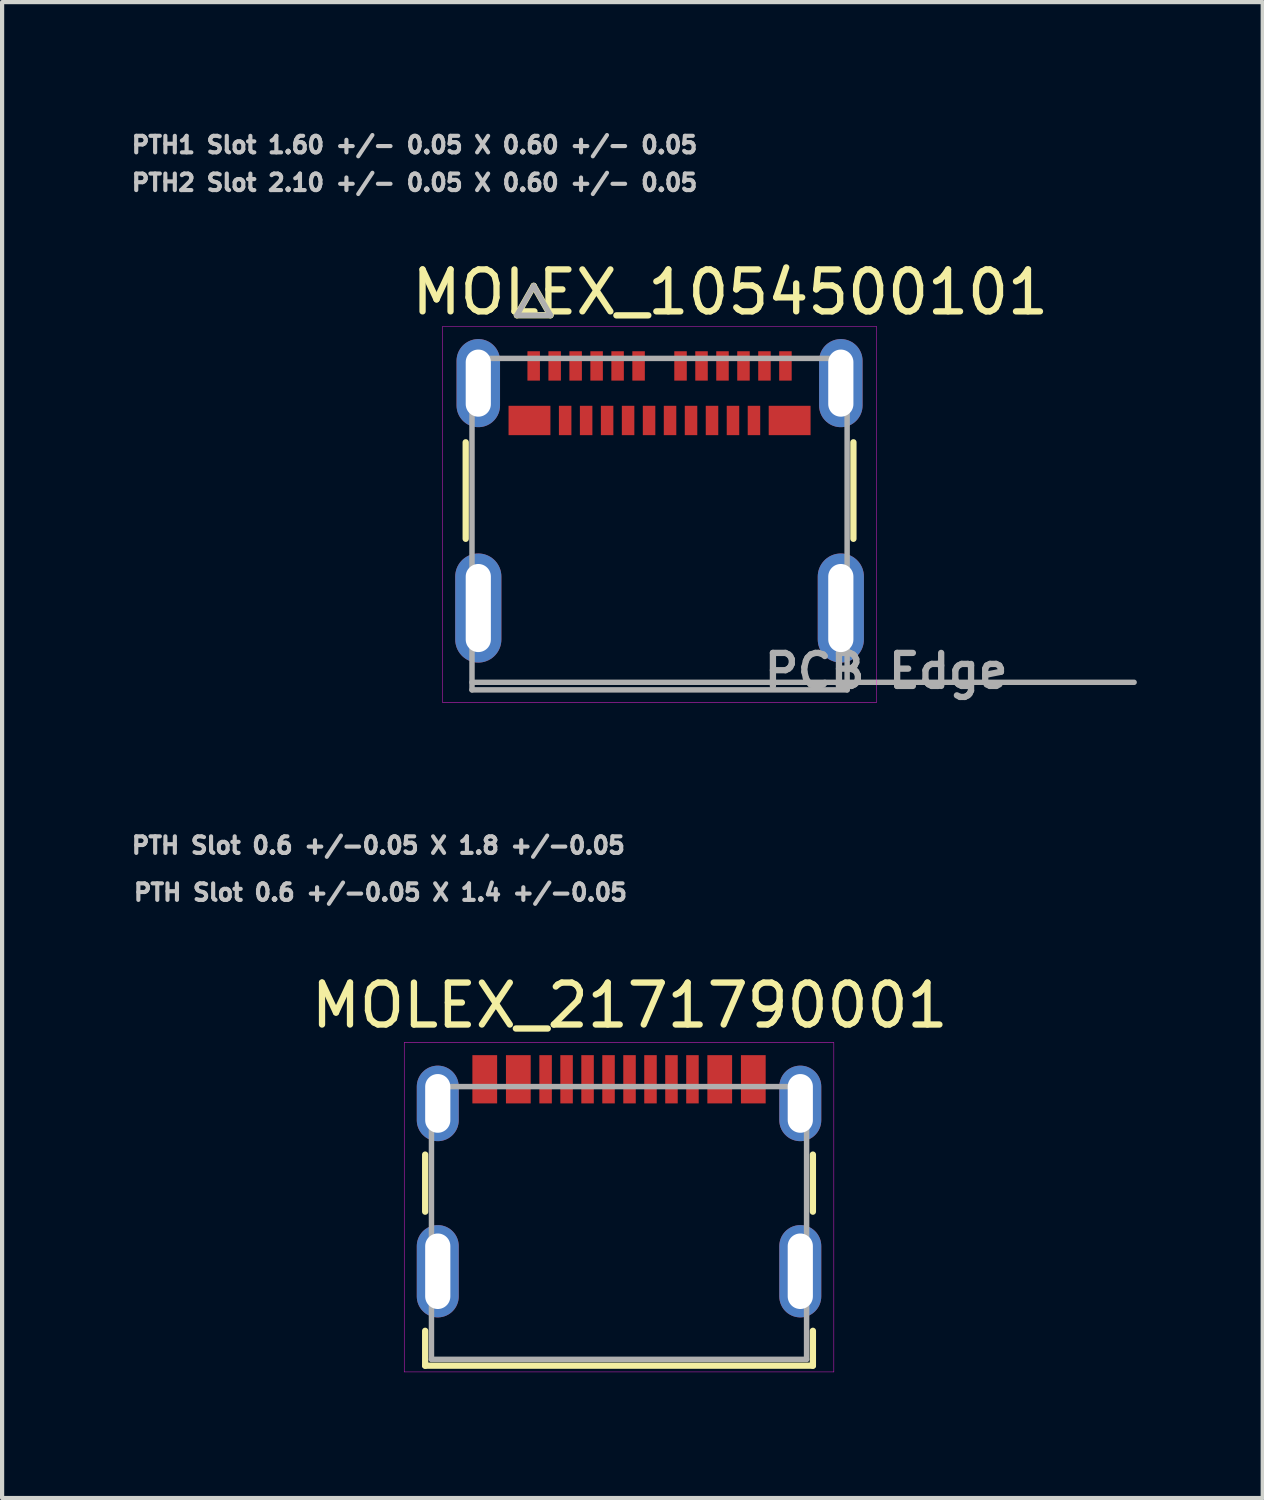
<source format=kicad_pcb>
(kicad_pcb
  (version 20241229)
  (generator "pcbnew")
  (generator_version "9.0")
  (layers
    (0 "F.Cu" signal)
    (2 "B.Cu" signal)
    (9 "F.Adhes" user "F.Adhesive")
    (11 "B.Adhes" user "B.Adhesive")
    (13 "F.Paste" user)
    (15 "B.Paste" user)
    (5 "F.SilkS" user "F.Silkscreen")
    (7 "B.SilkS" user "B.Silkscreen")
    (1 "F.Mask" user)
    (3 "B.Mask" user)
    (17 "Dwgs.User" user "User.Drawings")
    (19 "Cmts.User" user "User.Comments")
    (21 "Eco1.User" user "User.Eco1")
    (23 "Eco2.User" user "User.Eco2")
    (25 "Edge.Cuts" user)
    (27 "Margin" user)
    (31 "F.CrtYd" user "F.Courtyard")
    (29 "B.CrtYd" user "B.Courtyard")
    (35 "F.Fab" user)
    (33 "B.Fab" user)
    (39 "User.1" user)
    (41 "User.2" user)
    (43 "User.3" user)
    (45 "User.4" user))
  (footprint "MOLEX_2171790001"
    (layer "F.Cu")
    (at 11.703 26.097)
    (property "Reference" "MOLEX_2171790001" (at 0.255 -5.185 0) (layer "F.SilkS") (effects (font (size 1 1) (thickness 0.15))))
    (attr smd)
    (fp_poly (pts (xy -3.558 -4.064) (xy -2.841 -4.064) (xy -2.841 -2.787) (xy -3.558 -2.787)) (stroke (width 0.01) (type solid)) (fill yes) (layer "F.Mask"))
    (fp_poly (pts (xy -2.759 -4.064) (xy -2.042 -4.064) (xy -2.042 -2.787) (xy -2.759 -2.787)) (stroke (width 0.01) (type solid)) (fill yes) (layer "F.Mask"))
    (fp_poly (pts (xy -1.962 -4.064) (xy -1.538 -4.064) (xy -1.538 -2.787) (xy -1.962 -2.787)) (stroke (width 0.01) (type solid)) (fill yes) (layer "F.Mask"))
    (fp_poly (pts (xy -1.462 -4.064) (xy -1.038 -4.064) (xy -1.038 -2.787) (xy -1.462 -2.787)) (stroke (width 0.01) (type solid)) (fill yes) (layer "F.Mask"))
    (fp_poly (pts (xy -0.963 -4.064) (xy -0.537 -4.064) (xy -0.537 -2.787) (xy -0.963 -2.787)) (stroke (width 0.01) (type solid)) (fill yes) (layer "F.Mask"))
    (fp_poly (pts (xy -0.463 -4.064) (xy -0.037 -4.064) (xy -0.037 -2.787) (xy -0.463 -2.787)) (stroke (width 0.01) (type solid)) (fill yes) (layer "F.Mask"))
    (fp_poly (pts (xy 0.037 -4.064) (xy 0.463 -4.064) (xy 0.463 -2.787) (xy 0.037 -2.787)) (stroke (width 0.01) (type solid)) (fill yes) (layer "F.Mask"))
    (fp_poly (pts (xy 0.537 -4.064) (xy 0.963 -4.064) (xy 0.963 -2.787) (xy 0.537 -2.787)) (stroke (width 0.01) (type solid)) (fill yes) (layer "F.Mask"))
    (fp_poly (pts (xy 1.038 -4.064) (xy 1.462 -4.064) (xy 1.462 -2.787) (xy 1.038 -2.787)) (stroke (width 0.01) (type solid)) (fill yes) (layer "F.Mask"))
    (fp_poly (pts (xy 1.538 -4.064) (xy 1.962 -4.064) (xy 1.962 -2.787) (xy 1.538 -2.787)) (stroke (width 0.01) (type solid)) (fill yes) (layer "F.Mask"))
    (fp_poly (pts (xy 2.042 -4.064) (xy 2.759 -4.064) (xy 2.759 -2.787) (xy 2.042 -2.787)) (stroke (width 0.01) (type solid)) (fill yes) (layer "F.Mask"))
    (fp_poly (pts (xy 2.841 -4.064) (xy 3.558 -4.064) (xy 3.558 -2.787) (xy 2.841 -2.787)) (stroke (width 0.01) (type solid)) (fill yes) (layer "F.Mask"))
    (fp_line (start -4.62 -0.27) (end -4.62 -1.63) (stroke (width 0.15) (type solid)) (layer "F.SilkS"))
    (fp_line (start -4.62 3.4) (end -4.62 2.57) (stroke (width 0.15) (type solid)) (layer "F.SilkS"))
    (fp_line (start 4.62 -1.63) (end 4.62 -0.27) (stroke (width 0.15) (type solid)) (layer "F.SilkS"))
    (fp_line (start 4.62 2.57) (end 4.62 3.4) (stroke (width 0.15) (type solid)) (layer "F.SilkS"))
    (fp_line (start 4.62 3.4) (end -4.62 3.4) (stroke (width 0.15) (type solid)) (layer "F.SilkS"))
    (fp_line (start -5.12 -4.3) (end 5.12 -4.3) (stroke (width 0.01) (type solid)) (layer "F.CrtYd"))
    (fp_line (start -5.12 3.55) (end -5.12 -4.3) (stroke (width 0.01) (type solid)) (layer "F.CrtYd"))
    (fp_line (start 5.12 -4.3) (end 5.12 3.55) (stroke (width 0.01) (type solid)) (layer "F.CrtYd"))
    (fp_line (start 5.12 3.55) (end -5.12 3.55) (stroke (width 0.01) (type solid)) (layer "F.CrtYd"))
    (fp_line (start -4.47 -3.25) (end 4.47 -3.25) (stroke (width 0.13) (type solid)) (layer "F.Fab"))
    (fp_line (start -4.47 3.25) (end -4.47 -3.25) (stroke (width 0.13) (type solid)) (layer "F.Fab"))
    (fp_line (start 4.47 -3.25) (end 4.47 3.25) (stroke (width 0.13) (type solid)) (layer "F.Fab"))
    (fp_line (start 4.47 3.25) (end -4.47 3.25) (stroke (width 0.13) (type solid)) (layer "F.Fab"))
    (fp_text user "PTH Slot 0.6 +/-0.05 X 1.8 +/-0.05" (at -5.736 -8.998 0) (layer "Dwgs.User") (effects (font (size 0.394 0.394) (thickness 0.15))))
    (fp_text user "PTH Slot 0.6 +/-0.05 X 1.4 +/-0.05" (at -5.686 -7.878 0) (layer "Dwgs.User") (effects (font (size 0.394 0.394) (thickness 0.15))))
    (pad "A1B12" smd rect (at -3.2 -3.425) (size 0.59 1.15) (layers "F.Cu" "F.Paste"))
    (pad "A4B9" smd rect (at -2.4 -3.425) (size 0.59 1.15) (layers "F.Cu" "F.Paste"))
    (pad "A5" smd rect (at -1.25 -3.425) (size 0.298 1.15) (layers "F.Cu" "F.Paste"))
    (pad "A6" smd rect (at -0.25 -3.425) (size 0.298 1.15) (layers "F.Cu" "F.Paste"))
    (pad "A7" smd rect (at 0.25 -3.425) (size 0.298 1.15) (layers "F.Cu" "F.Paste"))
    (pad "A8" smd rect (at 1.25 -3.425) (size 0.298 1.15) (layers "F.Cu" "F.Paste"))
    (pad "B1A12" smd rect (at 3.2 -3.425) (size 0.59 1.15) (layers "F.Cu" "F.Paste"))
    (pad "B4A9" smd rect (at 2.4 -3.425) (size 0.59 1.15) (layers "F.Cu" "F.Paste"))
    (pad "B5" smd rect (at 1.75 -3.425) (size 0.298 1.15) (layers "F.Cu" "F.Paste"))
    (pad "B6" smd rect (at 0.75 -3.425) (size 0.298 1.15) (layers "F.Cu" "F.Paste"))
    (pad "B7" smd rect (at -0.75 -3.425) (size 0.298 1.15) (layers "F.Cu" "F.Paste"))
    (pad "B8" smd rect (at -1.75 -3.425) (size 0.298 1.15) (layers "F.Cu" "F.Paste"))
    (pad "SH1" thru_hole oval (at -4.32 1.15) (size 1 2.2) (drill oval 0.6 1.8) (layers "*.Cu" "*.Mask"))
    (pad "SH2" thru_hole oval (at 4.32 1.15) (size 1 2.2) (drill oval 0.6 1.8) (layers "*.Cu" "*.Mask"))
    (pad "SH3" thru_hole oval (at -4.32 -2.85) (size 1 1.8) (drill oval 0.6 1.4) (layers "*.Cu" "*.Mask"))
    (pad "SH4" thru_hole oval (at 4.32 -2.85) (size 1 1.8) (drill oval 0.6 1.4) (layers "*.Cu" "*.Mask")))
  (footprint "MOLEX_1054500101"
    (layer "F.Cu")
    (at 12.669 13.211)
    (property "Reference" "MOLEX_1054500101" (at 1.685 -9.295 0) (layer "F.SilkS") (effects (font (size 1 1) (thickness 0.15))))
    (attr smd)
    (fp_poly (pts (xy -3.663 -6.654) (xy -2.538 -6.654) (xy -2.538 -5.827) (xy -3.663 -5.827)) (stroke (width 0.01) (type solid)) (fill yes) (layer "F.Mask"))
    (fp_poly (pts (xy -3.212 -7.954) (xy -2.788 -7.954) (xy -2.788 -7.127) (xy -3.212 -7.127)) (stroke (width 0.01) (type solid)) (fill yes) (layer "F.Mask"))
    (fp_poly (pts (xy -2.712 -7.954) (xy -2.288 -7.954) (xy -2.288 -7.127) (xy -2.712 -7.127)) (stroke (width 0.01) (type solid)) (fill yes) (layer "F.Mask"))
    (fp_poly (pts (xy -2.462 -6.654) (xy -2.038 -6.654) (xy -2.038 -5.827) (xy -2.462 -5.827)) (stroke (width 0.01) (type solid)) (fill yes) (layer "F.Mask"))
    (fp_poly (pts (xy -2.212 -7.954) (xy -1.788 -7.954) (xy -1.788 -7.127) (xy -2.212 -7.127)) (stroke (width 0.01) (type solid)) (fill yes) (layer "F.Mask"))
    (fp_poly (pts (xy -1.962 -6.654) (xy -1.538 -6.654) (xy -1.538 -5.827) (xy -1.962 -5.827)) (stroke (width 0.01) (type solid)) (fill yes) (layer "F.Mask"))
    (fp_poly (pts (xy -1.712 -7.954) (xy -1.288 -7.954) (xy -1.288 -7.127) (xy -1.712 -7.127)) (stroke (width 0.01) (type solid)) (fill yes) (layer "F.Mask"))
    (fp_poly (pts (xy -1.462 -6.654) (xy -1.038 -6.654) (xy -1.038 -5.827) (xy -1.462 -5.827)) (stroke (width 0.01) (type solid)) (fill yes) (layer "F.Mask"))
    (fp_poly (pts (xy -1.212 -7.954) (xy -0.787 -7.954) (xy -0.787 -7.127) (xy -1.212 -7.127)) (stroke (width 0.01) (type solid)) (fill yes) (layer "F.Mask"))
    (fp_poly (pts (xy -0.963 -6.654) (xy -0.537 -6.654) (xy -0.537 -5.827) (xy -0.963 -5.827)) (stroke (width 0.01) (type solid)) (fill yes) (layer "F.Mask"))
    (fp_poly (pts (xy -0.713 -7.954) (xy -0.287 -7.954) (xy -0.287 -7.127) (xy -0.713 -7.127)) (stroke (width 0.01) (type solid)) (fill yes) (layer "F.Mask"))
    (fp_poly (pts (xy -0.463 -6.654) (xy -0.037 -6.654) (xy -0.037 -5.827) (xy -0.463 -5.827)) (stroke (width 0.01) (type solid)) (fill yes) (layer "F.Mask"))
    (fp_poly (pts (xy 0.037 -6.654) (xy 0.463 -6.654) (xy 0.463 -5.827) (xy 0.037 -5.827)) (stroke (width 0.01) (type solid)) (fill yes) (layer "F.Mask"))
    (fp_poly (pts (xy 0.287 -7.954) (xy 0.713 -7.954) (xy 0.713 -7.127) (xy 0.287 -7.127)) (stroke (width 0.01) (type solid)) (fill yes) (layer "F.Mask"))
    (fp_poly (pts (xy 0.537 -6.654) (xy 0.963 -6.654) (xy 0.963 -5.827) (xy 0.537 -5.827)) (stroke (width 0.01) (type solid)) (fill yes) (layer "F.Mask"))
    (fp_poly (pts (xy 0.787 -7.954) (xy 1.212 -7.954) (xy 1.212 -7.127) (xy 0.787 -7.127)) (stroke (width 0.01) (type solid)) (fill yes) (layer "F.Mask"))
    (fp_poly (pts (xy 1.038 -6.654) (xy 1.462 -6.654) (xy 1.462 -5.827) (xy 1.038 -5.827)) (stroke (width 0.01) (type solid)) (fill yes) (layer "F.Mask"))
    (fp_poly (pts (xy 1.288 -7.954) (xy 1.712 -7.954) (xy 1.712 -7.127) (xy 1.288 -7.127)) (stroke (width 0.01) (type solid)) (fill yes) (layer "F.Mask"))
    (fp_poly (pts (xy 1.538 -6.654) (xy 1.962 -6.654) (xy 1.962 -5.827) (xy 1.538 -5.827)) (stroke (width 0.01) (type solid)) (fill yes) (layer "F.Mask"))
    (fp_poly (pts (xy 1.788 -7.954) (xy 2.212 -7.954) (xy 2.212 -7.127) (xy 1.788 -7.127)) (stroke (width 0.01) (type solid)) (fill yes) (layer "F.Mask"))
    (fp_poly (pts (xy 2.038 -6.654) (xy 2.462 -6.654) (xy 2.462 -5.827) (xy 2.038 -5.827)) (stroke (width 0.01) (type solid)) (fill yes) (layer "F.Mask"))
    (fp_poly (pts (xy 2.288 -7.954) (xy 2.712 -7.954) (xy 2.712 -7.127) (xy 2.288 -7.127)) (stroke (width 0.01) (type solid)) (fill yes) (layer "F.Mask"))
    (fp_poly (pts (xy 2.538 -6.654) (xy 3.663 -6.654) (xy 3.663 -5.827) (xy 2.538 -5.827)) (stroke (width 0.01) (type solid)) (fill yes) (layer "F.Mask"))
    (fp_poly (pts (xy 2.788 -7.954) (xy 3.212 -7.954) (xy 3.212 -7.127) (xy 2.788 -7.127)) (stroke (width 0.01) (type solid)) (fill yes) (layer "F.Mask"))
    (fp_line (start -4.62 -3.42) (end -4.62 -5.72) (stroke (width 0.15) (type solid)) (layer "F.SilkS"))
    (fp_line (start -3.4 -8.748) (end -2.6 -8.748) (stroke (width 0.15) (type solid)) (layer "F.SilkS"))
    (fp_line (start -3 -9.448) (end -3.4 -8.748) (stroke (width 0.15) (type solid)) (layer "F.SilkS"))
    (fp_line (start -2.6 -8.748) (end -3 -9.448) (stroke (width 0.15) (type solid)) (layer "F.SilkS"))
    (fp_line (start 4.62 -3.42) (end 4.62 -5.72) (stroke (width 0.15) (type solid)) (layer "F.SilkS"))
    (fp_line (start -5.17 -8.48) (end 5.17 -8.48) (stroke (width 0.01) (type solid)) (layer "F.CrtYd"))
    (fp_line (start -5.17 0.48) (end -5.17 -8.48) (stroke (width 0.01) (type solid)) (layer "F.CrtYd"))
    (fp_line (start 5.17 -8.48) (end 5.17 0.48) (stroke (width 0.01) (type solid)) (layer "F.CrtYd"))
    (fp_line (start 5.17 0.48) (end -5.17 0.48) (stroke (width 0.01) (type solid)) (layer "F.CrtYd"))
    (fp_line (start -4.47 -7.72) (end -4.47 0.18) (stroke (width 0.13) (type solid)) (layer "F.Fab"))
    (fp_line (start -4.47 0) (end 4.47 0) (stroke (width 0.13) (type solid)) (layer "F.Fab"))
    (fp_line (start -4.47 0.18) (end 4.47 0.18) (stroke (width 0.13) (type solid)) (layer "F.Fab"))
    (fp_line (start -3.4 -8.748) (end -2.6 -8.748) (stroke (width 0.13) (type solid)) (layer "F.Fab"))
    (fp_line (start -3 -9.448) (end -3.4 -8.748) (stroke (width 0.13) (type solid)) (layer "F.Fab"))
    (fp_line (start -2.6 -8.748) (end -3 -9.448) (stroke (width 0.13) (type solid)) (layer "F.Fab"))
    (fp_line (start 4.47 -7.72) (end -4.47 -7.72) (stroke (width 0.13) (type solid)) (layer "F.Fab"))
    (fp_line (start 4.47 0) (end 4.47 -7.72) (stroke (width 0.13) (type solid)) (layer "F.Fab"))
    (fp_line (start 4.47 0) (end 11.31 0) (stroke (width 0.13) (type solid)) (layer "F.Fab"))
    (fp_line (start 4.47 0.18) (end 4.47 0) (stroke (width 0.13) (type solid)) (layer "F.Fab"))
    (fp_text user "PTH1 Slot 1.60 +/- 0.05 X 0.60 +/- 0.05" (at -5.84 -12.807 0) (layer "Dwgs.User") (effects (font (size 0.394 0.394) (thickness 0.15))))
    (fp_text user "PTH2 Slot 2.10 +/- 0.05 X 0.60 +/- 0.05" (at -5.84 -11.908 0) (layer "Dwgs.User") (effects (font (size 0.394 0.394) (thickness 0.15))))
    (fp_text user "PCB Edge" (at 5.4 -0.27 0) (layer "F.Fab") (effects (font (size 0.787 0.787) (thickness 0.15))))
    (pad "A1" smd rect (at -3 -7.54) (size 0.298 0.7) (layers "F.Cu" "F.Paste"))
    (pad "A2" smd rect (at -2.5 -7.54) (size 0.298 0.7) (layers "F.Cu" "F.Paste"))
    (pad "A3" smd rect (at -2 -7.54) (size 0.298 0.7) (layers "F.Cu" "F.Paste"))
    (pad "A4" smd rect (at -1.5 -7.54) (size 0.298 0.7) (layers "F.Cu" "F.Paste"))
    (pad "A5" smd rect (at -1 -7.54) (size 0.298 0.7) (layers "F.Cu" "F.Paste"))
    (pad "A6" smd rect (at -0.5 -7.54) (size 0.298 0.7) (layers "F.Cu" "F.Paste"))
    (pad "A7" smd rect (at 0.5 -7.54) (size 0.298 0.7) (layers "F.Cu" "F.Paste"))
    (pad "A8" smd rect (at 1 -7.54) (size 0.298 0.7) (layers "F.Cu" "F.Paste"))
    (pad "A9" smd rect (at 1.5 -7.54) (size 0.298 0.7) (layers "F.Cu" "F.Paste"))
    (pad "A10" smd rect (at 2 -7.54) (size 0.298 0.7) (layers "F.Cu" "F.Paste"))
    (pad "A11" smd rect (at 2.5 -7.54) (size 0.298 0.7) (layers "F.Cu" "F.Paste"))
    (pad "A12" smd rect (at 3 -7.54) (size 0.298 0.7) (layers "F.Cu" "F.Paste"))
    (pad "B1" smd rect (at 3.1 -6.24) (size 0.998 0.7) (layers "F.Cu" "F.Paste"))
    (pad "B2" smd rect (at 2.25 -6.24) (size 0.298 0.7) (layers "F.Cu" "F.Paste"))
    (pad "B3" smd rect (at 1.75 -6.24) (size 0.298 0.7) (layers "F.Cu" "F.Paste"))
    (pad "B4" smd rect (at 1.25 -6.24) (size 0.298 0.7) (layers "F.Cu" "F.Paste"))
    (pad "B5" smd rect (at 0.75 -6.24) (size 0.298 0.7) (layers "F.Cu" "F.Paste"))
    (pad "B6" smd rect (at 0.25 -6.24) (size 0.298 0.7) (layers "F.Cu" "F.Paste"))
    (pad "B7" smd rect (at -0.25 -6.24) (size 0.298 0.7) (layers "F.Cu" "F.Paste"))
    (pad "B8" smd rect (at -0.75 -6.24) (size 0.298 0.7) (layers "F.Cu" "F.Paste"))
    (pad "B9" smd rect (at -1.25 -6.24) (size 0.298 0.7) (layers "F.Cu" "F.Paste"))
    (pad "B10" smd rect (at -1.75 -6.24) (size 0.298 0.7) (layers "F.Cu" "F.Paste"))
    (pad "B11" smd rect (at -2.25 -6.24) (size 0.298 0.7) (layers "F.Cu" "F.Paste"))
    (pad "B12" smd rect (at -3.1 -6.24) (size 0.998 0.7) (layers "F.Cu" "F.Paste"))
    (pad "SH1" thru_hole oval (at -4.32 -7.13) (size 1.036 2.1) (drill oval 0.6 1.6) (layers "*.Cu" "*.Mask"))
    (pad "SH2" thru_hole oval (at 4.32 -7.13) (size 1.036 2.1) (drill oval 0.6 1.6) (layers "*.Cu" "*.Mask"))
    (pad "SH3" thru_hole oval (at -4.32 -1.77) (size 1.1 2.6) (drill oval 0.6 2.1) (layers "*.Cu" "*.Mask"))
    (pad "SH4" thru_hole oval (at 4.32 -1.77) (size 1.1 2.6) (drill oval 0.6 2.1) (layers "*.Cu" "*.Mask"))
    (zone (net_name "") (layer "F.Cu") (hatch full 0.508) (connect_pads) (min_thickness 0.01) (filled_areas_thickness no) (keepout (tracks not_allowed) (vias not_allowed) (pads not_allowed) (copperpour not_allowed) (footprints allowed)) (placement (enabled no)) (fill) (polygon (pts (xy 9.169 7.561) (xy 16.169 7.561) (xy 16.169 13.211) (xy 9.169 13.211))))
    (zone (net_name "") (layers "F.Cu" "B.Cu") (hatch full 0.508) (connect_pads) (min_thickness 0.01) (filled_areas_thickness no) (keepout (tracks allowed) (vias not_allowed) (pads allowed) (copperpour allowed) (footprints allowed)) (placement (enabled no)) (fill) (polygon (pts (xy 9.169 7.561) (xy 16.169 7.561) (xy 16.169 13.211) (xy 9.169 13.211)))))
  (gr_rect
    (start -3 -3)
    (end 27.044 32.652)
    (stroke (width 0.1) (type default))
    (fill no)
    (layer "Edge.Cuts")))
</source>
